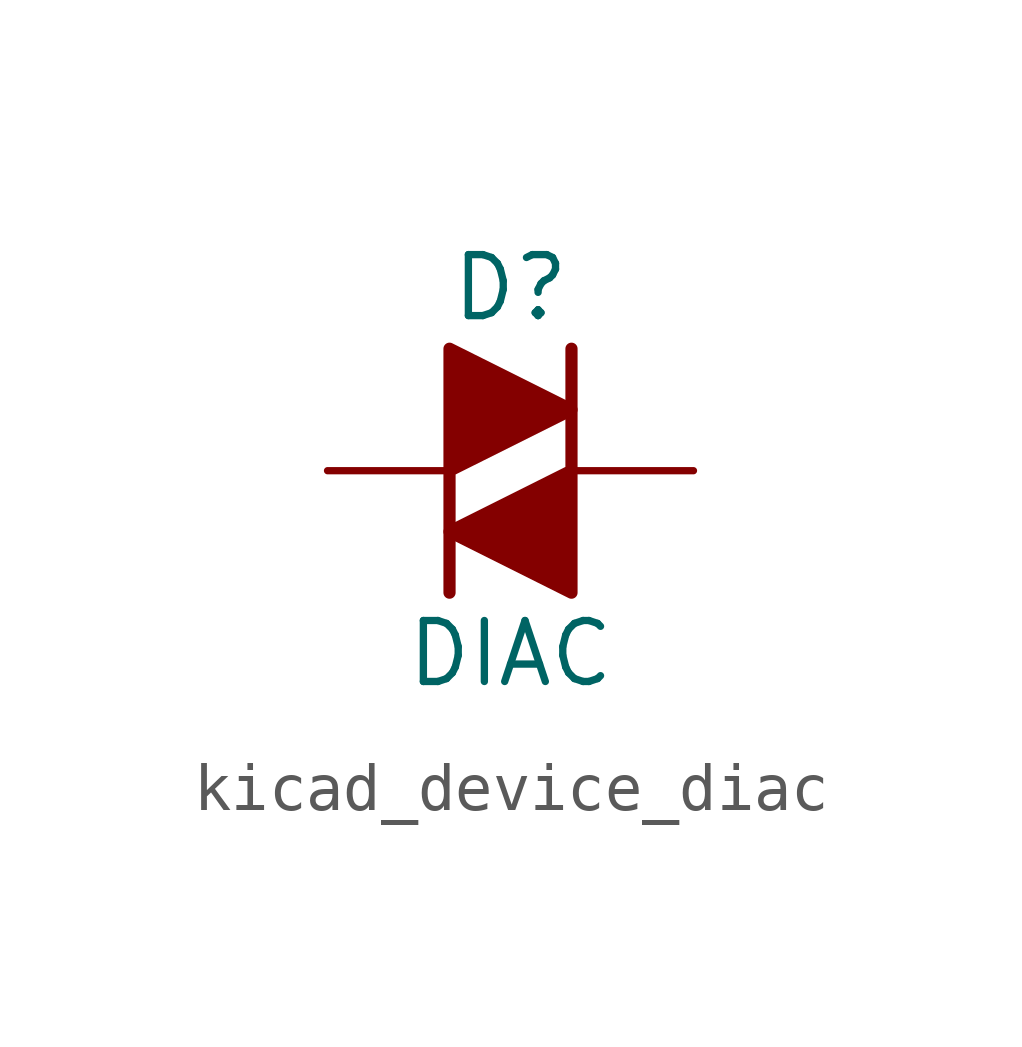
<source format=kicad_sym>
(kicad_symbol_lib
  (version 20220914)
  (generator kicad_symbol_editor)
  (symbol "kicad_device_diac"
    (pin_numbers hide)
    (pin_names
      (offset 1.016) hide)
    (property "Reference" "D"
      (at 0 3.81 0)
      (effects (font (size 1.27 1.27))))
    (property "Value" "DIAC"
      (at 0 -3.81 0)
      (effects (font (size 1.27 1.27))))
    (symbol "kicad_device_diac_0_1"
      (polyline (pts (xy -1.27 -2.54) (xy -1.27 2.54) (xy 1.27 1.27) (xy -1.27 0)) (stroke (width 0.254) (type default)) (fill (type outline)))
      (polyline (pts (xy 1.27 2.54) (xy 1.27 -2.54) (xy -1.27 -1.27) (xy 1.27 0)) (stroke (width 0.254) (type default)) (fill (type outline))))
    (symbol "kicad_device_diac_1_1"
      (pin passive line (at -3.81 0 0) (length 2.54) (name "K" (effects (font (size 1.27 1.27)))) (number "1" (effects (font (size 1.27 1.27)))))
      (pin passive line (at 3.81 0 180) (length 2.54) (name "A" (effects (font (size 1.27 1.27)))) (number "2" (effects (font (size 1.27 1.27))))))))
</source>
